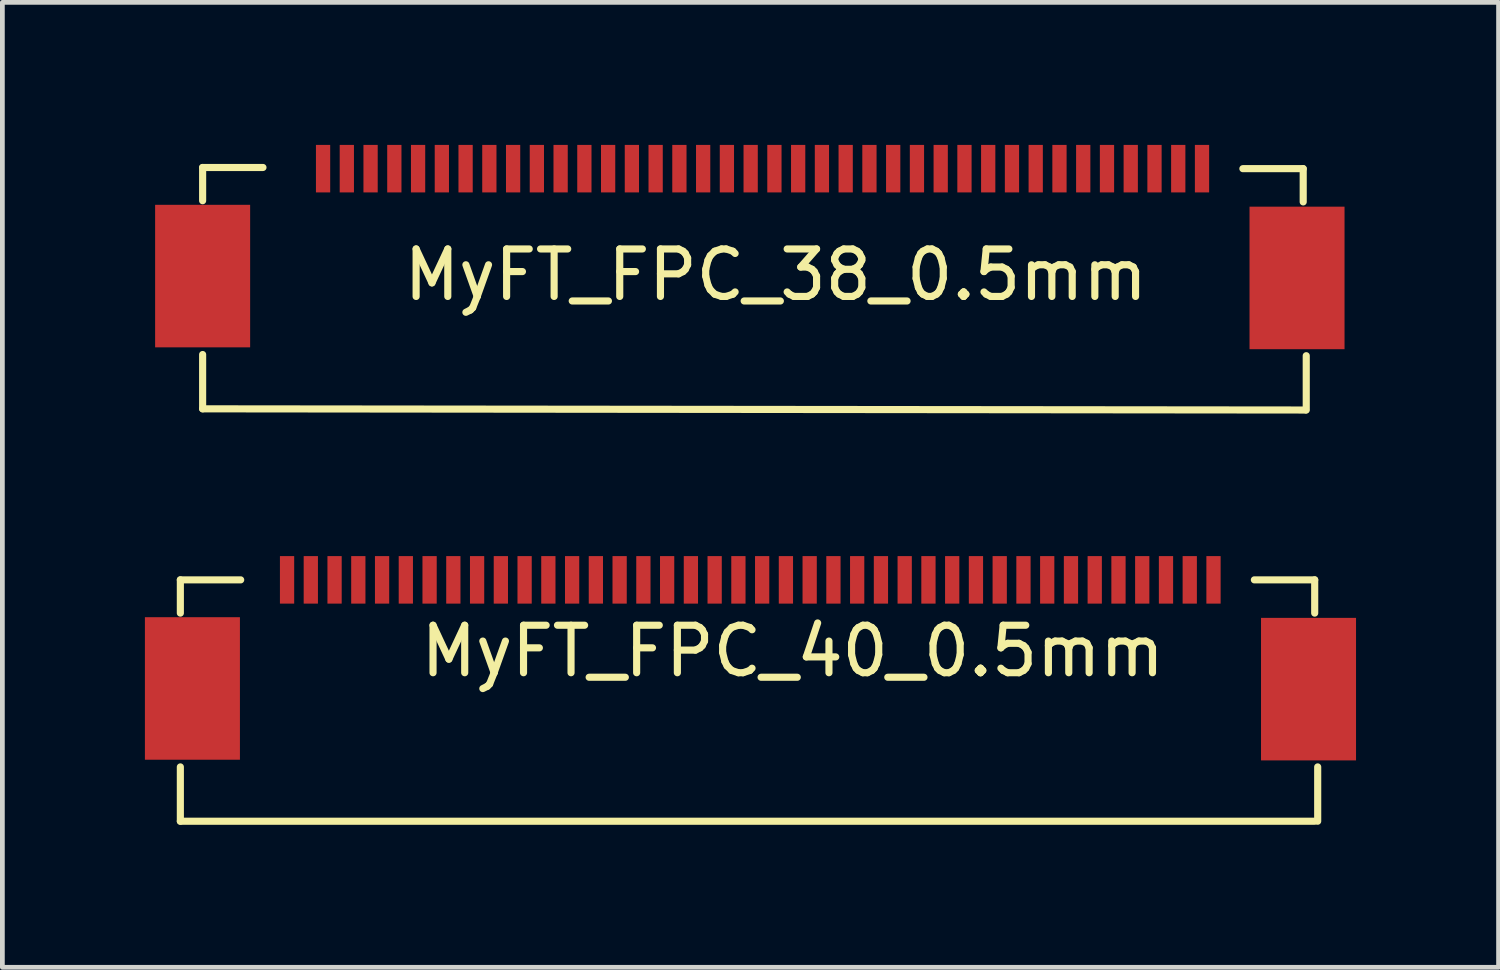
<source format=kicad_pcb>
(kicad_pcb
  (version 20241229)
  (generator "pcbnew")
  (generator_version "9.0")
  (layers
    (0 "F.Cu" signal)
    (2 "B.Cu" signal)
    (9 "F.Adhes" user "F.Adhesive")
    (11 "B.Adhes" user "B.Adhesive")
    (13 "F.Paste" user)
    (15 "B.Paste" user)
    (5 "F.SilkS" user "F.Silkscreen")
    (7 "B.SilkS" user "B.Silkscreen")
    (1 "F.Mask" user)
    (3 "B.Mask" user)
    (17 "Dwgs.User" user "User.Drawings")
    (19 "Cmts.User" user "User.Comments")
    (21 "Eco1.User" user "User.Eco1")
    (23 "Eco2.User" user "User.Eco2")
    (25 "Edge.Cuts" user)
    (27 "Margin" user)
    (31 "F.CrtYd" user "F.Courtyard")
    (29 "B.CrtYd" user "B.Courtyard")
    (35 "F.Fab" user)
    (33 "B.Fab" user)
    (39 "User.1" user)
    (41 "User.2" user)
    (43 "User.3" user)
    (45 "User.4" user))
  (footprint "MyFT_FPC_38_0.5mm"
    (layer "F.Cu")
    (at 0.25 0.5)
    (property "Reference" "MyFT_FPC_38_0.5mm" (at 13.03 2.235 0) (layer "F.SilkS") (effects (font (size 1 1) (thickness 0.15))))
    (attr through_hole)
    (fp_line (start 0.965 -0.025) (end 0.965 0.675) (stroke (width 0.15) (type solid)) (layer "F.SilkS"))
    (fp_line (start 0.965 3.912) (end 0.965 5.055) (stroke (width 0.15) (type solid)) (layer "F.SilkS"))
    (fp_line (start 0.965 5.055) (end 24.181 5.08) (stroke (width 0.15) (type solid)) (layer "F.SilkS"))
    (fp_line (start 2.235 -0.025) (end 0.965 -0.025) (stroke (width 0.15) (type solid)) (layer "F.SilkS"))
    (fp_line (start 24.13 0) (end 22.86 0) (stroke (width 0.15) (type solid)) (layer "F.SilkS"))
    (fp_line (start 24.13 0.7) (end 24.13 0) (stroke (width 0.15) (type solid)) (layer "F.SilkS"))
    (fp_line (start 24.194 5.08) (end 24.194 3.937) (stroke (width 0.15) (type solid)) (layer "F.SilkS"))
    (pad "1" smd trapezoid (at 22 0) (size 0.3 1) (layers "F.Cu" "F.Mask" "F.Paste"))
    (pad "2" smd trapezoid (at 21.5 0) (size 0.3 1) (layers "F.Cu" "F.Mask" "F.Paste"))
    (pad "3" smd trapezoid (at 21 0) (size 0.3 1) (layers "F.Cu" "F.Mask" "F.Paste"))
    (pad "4" smd trapezoid (at 20.5 0) (size 0.3 1) (layers "F.Cu" "F.Mask" "F.Paste"))
    (pad "5" smd trapezoid (at 20 0) (size 0.3 1) (layers "F.Cu" "F.Mask" "F.Paste"))
    (pad "6" smd trapezoid (at 19.5 0) (size 0.3 1) (layers "F.Cu" "F.Mask" "F.Paste"))
    (pad "7" smd trapezoid (at 19 0) (size 0.3 1) (layers "F.Cu" "F.Mask" "F.Paste"))
    (pad "8" smd trapezoid (at 18.5 0) (size 0.3 1) (layers "F.Cu" "F.Mask" "F.Paste"))
    (pad "9" smd trapezoid (at 18 0) (size 0.3 1) (layers "F.Cu" "F.Mask" "F.Paste"))
    (pad "10" smd trapezoid (at 17.5 0) (size 0.3 1) (layers "F.Cu" "F.Mask" "F.Paste"))
    (pad "11" smd trapezoid (at 17 0) (size 0.3 1) (layers "F.Cu" "F.Mask" "F.Paste"))
    (pad "12" smd trapezoid (at 16.5 0) (size 0.3 1) (layers "F.Cu" "F.Mask" "F.Paste"))
    (pad "13" smd trapezoid (at 16 0) (size 0.3 1) (layers "F.Cu" "F.Mask" "F.Paste"))
    (pad "14" smd trapezoid (at 15.5 0) (size 0.3 1) (layers "F.Cu" "F.Mask" "F.Paste"))
    (pad "15" smd trapezoid (at 15 0) (size 0.3 1) (layers "F.Cu" "F.Mask" "F.Paste"))
    (pad "16" smd trapezoid (at 14.5 0) (size 0.3 1) (layers "F.Cu" "F.Mask" "F.Paste"))
    (pad "17" smd trapezoid (at 14 0) (size 0.3 1) (layers "F.Cu" "F.Mask" "F.Paste"))
    (pad "18" smd trapezoid (at 13.5 0) (size 0.3 1) (layers "F.Cu" "F.Mask" "F.Paste"))
    (pad "19" smd trapezoid (at 13 0) (size 0.3 1) (layers "F.Cu" "F.Mask" "F.Paste"))
    (pad "20" smd trapezoid (at 12.5 0) (size 0.3 1) (layers "F.Cu" "F.Mask" "F.Paste"))
    (pad "21" smd trapezoid (at 12 0) (size 0.3 1) (layers "F.Cu" "F.Mask" "F.Paste"))
    (pad "22" smd trapezoid (at 11.5 0) (size 0.3 1) (layers "F.Cu" "F.Mask" "F.Paste"))
    (pad "23" smd trapezoid (at 11 0) (size 0.3 1) (layers "F.Cu" "F.Mask" "F.Paste"))
    (pad "24" smd trapezoid (at 10.5 0) (size 0.3 1) (layers "F.Cu" "F.Mask" "F.Paste"))
    (pad "25" smd trapezoid (at 10 0) (size 0.3 1) (layers "F.Cu" "F.Mask" "F.Paste"))
    (pad "26" smd trapezoid (at 9.5 0) (size 0.3 1) (layers "F.Cu" "F.Mask" "F.Paste"))
    (pad "27" smd trapezoid (at 9 0) (size 0.3 1) (layers "F.Cu" "F.Mask" "F.Paste"))
    (pad "28" smd trapezoid (at 8.5 0) (size 0.3 1) (layers "F.Cu" "F.Mask" "F.Paste"))
    (pad "29" smd trapezoid (at 8 0) (size 0.3 1) (layers "F.Cu" "F.Mask" "F.Paste"))
    (pad "30" smd trapezoid (at 7.5 0) (size 0.3 1) (layers "F.Cu" "F.Mask" "F.Paste"))
    (pad "31" smd trapezoid (at 7 0) (size 0.3 1) (layers "F.Cu" "F.Mask" "F.Paste"))
    (pad "32" smd trapezoid (at 6.5 0) (size 0.3 1) (layers "F.Cu" "F.Mask" "F.Paste"))
    (pad "33" smd trapezoid (at 6 0) (size 0.3 1) (layers "F.Cu" "F.Mask" "F.Paste"))
    (pad "34" smd trapezoid (at 5.5 0) (size 0.3 1) (layers "F.Cu" "F.Mask" "F.Paste"))
    (pad "35" smd trapezoid (at 5 0) (size 0.3 1) (layers "F.Cu" "F.Mask" "F.Paste"))
    (pad "36" smd trapezoid (at 4.5 0) (size 0.3 1) (layers "F.Cu" "F.Mask" "F.Paste"))
    (pad "37" smd trapezoid (at 4 0) (size 0.3 1) (layers "F.Cu" "F.Mask" "F.Paste"))
    (pad "38" smd trapezoid (at 3.5 0) (size 0.3 1) (layers "F.Cu" "F.Mask" "F.Paste"))
    (pad "39" smd trapezoid (at 0.965 2.261) (size 2 3) (layers "F.Cu" "F.Mask" "F.Paste"))
    (pad "39" smd trapezoid (at 24 2.3) (size 2 3) (layers "F.Cu" "F.Mask" "F.Paste")))
  (footprint "MyFT_FPC_40_0.5mm"
    (layer "F.Cu")
    (at 3.286 9.155)
    (property "Reference" "MyFT_FPC_40_0.5mm" (at 10.35 1.5 0) (layer "F.SilkS") (effects (font (size 1 1) (thickness 0.15))))
    (attr through_hole)
    (fp_line (start -2.54 0) (end -2.54 0.7) (stroke (width 0.15) (type solid)) (layer "F.SilkS"))
    (fp_line (start -2.54 3.937) (end -2.54 5.08) (stroke (width 0.15) (type solid)) (layer "F.SilkS"))
    (fp_line (start -2.54 5.08) (end 21.336 5.08) (stroke (width 0.15) (type solid)) (layer "F.SilkS"))
    (fp_line (start -1.27 0) (end -2.54 0) (stroke (width 0.15) (type solid)) (layer "F.SilkS"))
    (fp_line (start 21.336 0) (end 20.066 0) (stroke (width 0.15) (type solid)) (layer "F.SilkS"))
    (fp_line (start 21.336 0.7) (end 21.336 0) (stroke (width 0.15) (type solid)) (layer "F.SilkS"))
    (fp_line (start 21.399 5.08) (end 21.399 3.937) (stroke (width 0.15) (type solid)) (layer "F.SilkS"))
    (pad "1" smd trapezoid (at 19.206 0) (size 0.3 1) (layers "F.Cu" "F.Mask" "F.Paste"))
    (pad "2" smd trapezoid (at 18.706 0) (size 0.3 1) (layers "F.Cu" "F.Mask" "F.Paste"))
    (pad "3" smd trapezoid (at 18.206 0) (size 0.3 1) (layers "F.Cu" "F.Mask" "F.Paste"))
    (pad "4" smd trapezoid (at 17.706 0) (size 0.3 1) (layers "F.Cu" "F.Mask" "F.Paste"))
    (pad "5" smd trapezoid (at 17.206 0) (size 0.3 1) (layers "F.Cu" "F.Mask" "F.Paste"))
    (pad "6" smd trapezoid (at 16.706 0) (size 0.3 1) (layers "F.Cu" "F.Mask" "F.Paste"))
    (pad "7" smd trapezoid (at 16.206 0) (size 0.3 1) (layers "F.Cu" "F.Mask" "F.Paste"))
    (pad "8" smd trapezoid (at 15.706 0) (size 0.3 1) (layers "F.Cu" "F.Mask" "F.Paste"))
    (pad "9" smd trapezoid (at 15.206 0) (size 0.3 1) (layers "F.Cu" "F.Mask" "F.Paste"))
    (pad "10" smd trapezoid (at 14.706 0) (size 0.3 1) (layers "F.Cu" "F.Mask" "F.Paste"))
    (pad "11" smd trapezoid (at 14.206 0) (size 0.3 1) (layers "F.Cu" "F.Mask" "F.Paste"))
    (pad "12" smd trapezoid (at 13.706 0) (size 0.3 1) (layers "F.Cu" "F.Mask" "F.Paste"))
    (pad "13" smd trapezoid (at 13.206 0) (size 0.3 1) (layers "F.Cu" "F.Mask" "F.Paste"))
    (pad "14" smd trapezoid (at 12.706 0) (size 0.3 1) (layers "F.Cu" "F.Mask" "F.Paste"))
    (pad "15" smd trapezoid (at 12.206 0) (size 0.3 1) (layers "F.Cu" "F.Mask" "F.Paste"))
    (pad "16" smd trapezoid (at 11.706 0) (size 0.3 1) (layers "F.Cu" "F.Mask" "F.Paste"))
    (pad "17" smd trapezoid (at 11.206 0) (size 0.3 1) (layers "F.Cu" "F.Mask" "F.Paste"))
    (pad "18" smd trapezoid (at 10.706 0) (size 0.3 1) (layers "F.Cu" "F.Mask" "F.Paste"))
    (pad "19" smd trapezoid (at 10.206 0) (size 0.3 1) (layers "F.Cu" "F.Mask" "F.Paste"))
    (pad "20" smd trapezoid (at 9.706 0) (size 0.3 1) (layers "F.Cu" "F.Mask" "F.Paste"))
    (pad "21" smd trapezoid (at 9.206 0) (size 0.3 1) (layers "F.Cu" "F.Mask" "F.Paste"))
    (pad "22" smd trapezoid (at 8.706 0) (size 0.3 1) (layers "F.Cu" "F.Mask" "F.Paste"))
    (pad "23" smd trapezoid (at 8.206 0) (size 0.3 1) (layers "F.Cu" "F.Mask" "F.Paste"))
    (pad "24" smd trapezoid (at 7.706 0) (size 0.3 1) (layers "F.Cu" "F.Mask" "F.Paste"))
    (pad "25" smd trapezoid (at 7.206 0) (size 0.3 1) (layers "F.Cu" "F.Mask" "F.Paste"))
    (pad "26" smd trapezoid (at 6.706 0) (size 0.3 1) (layers "F.Cu" "F.Mask" "F.Paste"))
    (pad "27" smd trapezoid (at 6.206 0) (size 0.3 1) (layers "F.Cu" "F.Mask" "F.Paste"))
    (pad "28" smd trapezoid (at 5.706 0) (size 0.3 1) (layers "F.Cu" "F.Mask" "F.Paste"))
    (pad "29" smd trapezoid (at 5.206 0) (size 0.3 1) (layers "F.Cu" "F.Mask" "F.Paste"))
    (pad "30" smd trapezoid (at 4.706 0) (size 0.3 1) (layers "F.Cu" "F.Mask" "F.Paste"))
    (pad "31" smd trapezoid (at 4.206 0) (size 0.3 1) (layers "F.Cu" "F.Mask" "F.Paste"))
    (pad "32" smd trapezoid (at 3.706 0) (size 0.3 1) (layers "F.Cu" "F.Mask" "F.Paste"))
    (pad "33" smd trapezoid (at 3.206 0) (size 0.3 1) (layers "F.Cu" "F.Mask" "F.Paste"))
    (pad "34" smd trapezoid (at 2.706 0) (size 0.3 1) (layers "F.Cu" "F.Mask" "F.Paste"))
    (pad "35" smd trapezoid (at 2.206 0) (size 0.3 1) (layers "F.Cu" "F.Mask" "F.Paste"))
    (pad "36" smd trapezoid (at 1.706 0) (size 0.3 1) (layers "F.Cu" "F.Mask" "F.Paste"))
    (pad "37" smd trapezoid (at 1.206 0) (size 0.3 1) (layers "F.Cu" "F.Mask" "F.Paste"))
    (pad "38" smd trapezoid (at 0.706 0) (size 0.3 1) (layers "F.Cu" "F.Mask" "F.Paste"))
    (pad "39" smd trapezoid (at 0.206 0) (size 0.3 1) (layers "F.Cu" "F.Mask" "F.Paste"))
    (pad "40" smd trapezoid (at -0.294 0) (size 0.3 1) (layers "F.Cu" "F.Mask" "F.Paste"))
    (pad "41" smd trapezoid (at -2.286 2.286) (size 2 3) (layers "F.Cu" "F.Mask" "F.Paste"))
    (pad "41" smd trapezoid (at 21.206 2.3) (size 2 3) (layers "F.Cu" "F.Mask" "F.Paste")))
  (gr_rect
    (start -3 -3)
    (end 28.492 17.31)
    (stroke (width 0.1) (type default))
    (fill no)
    (layer "Edge.Cuts")))
</source>
